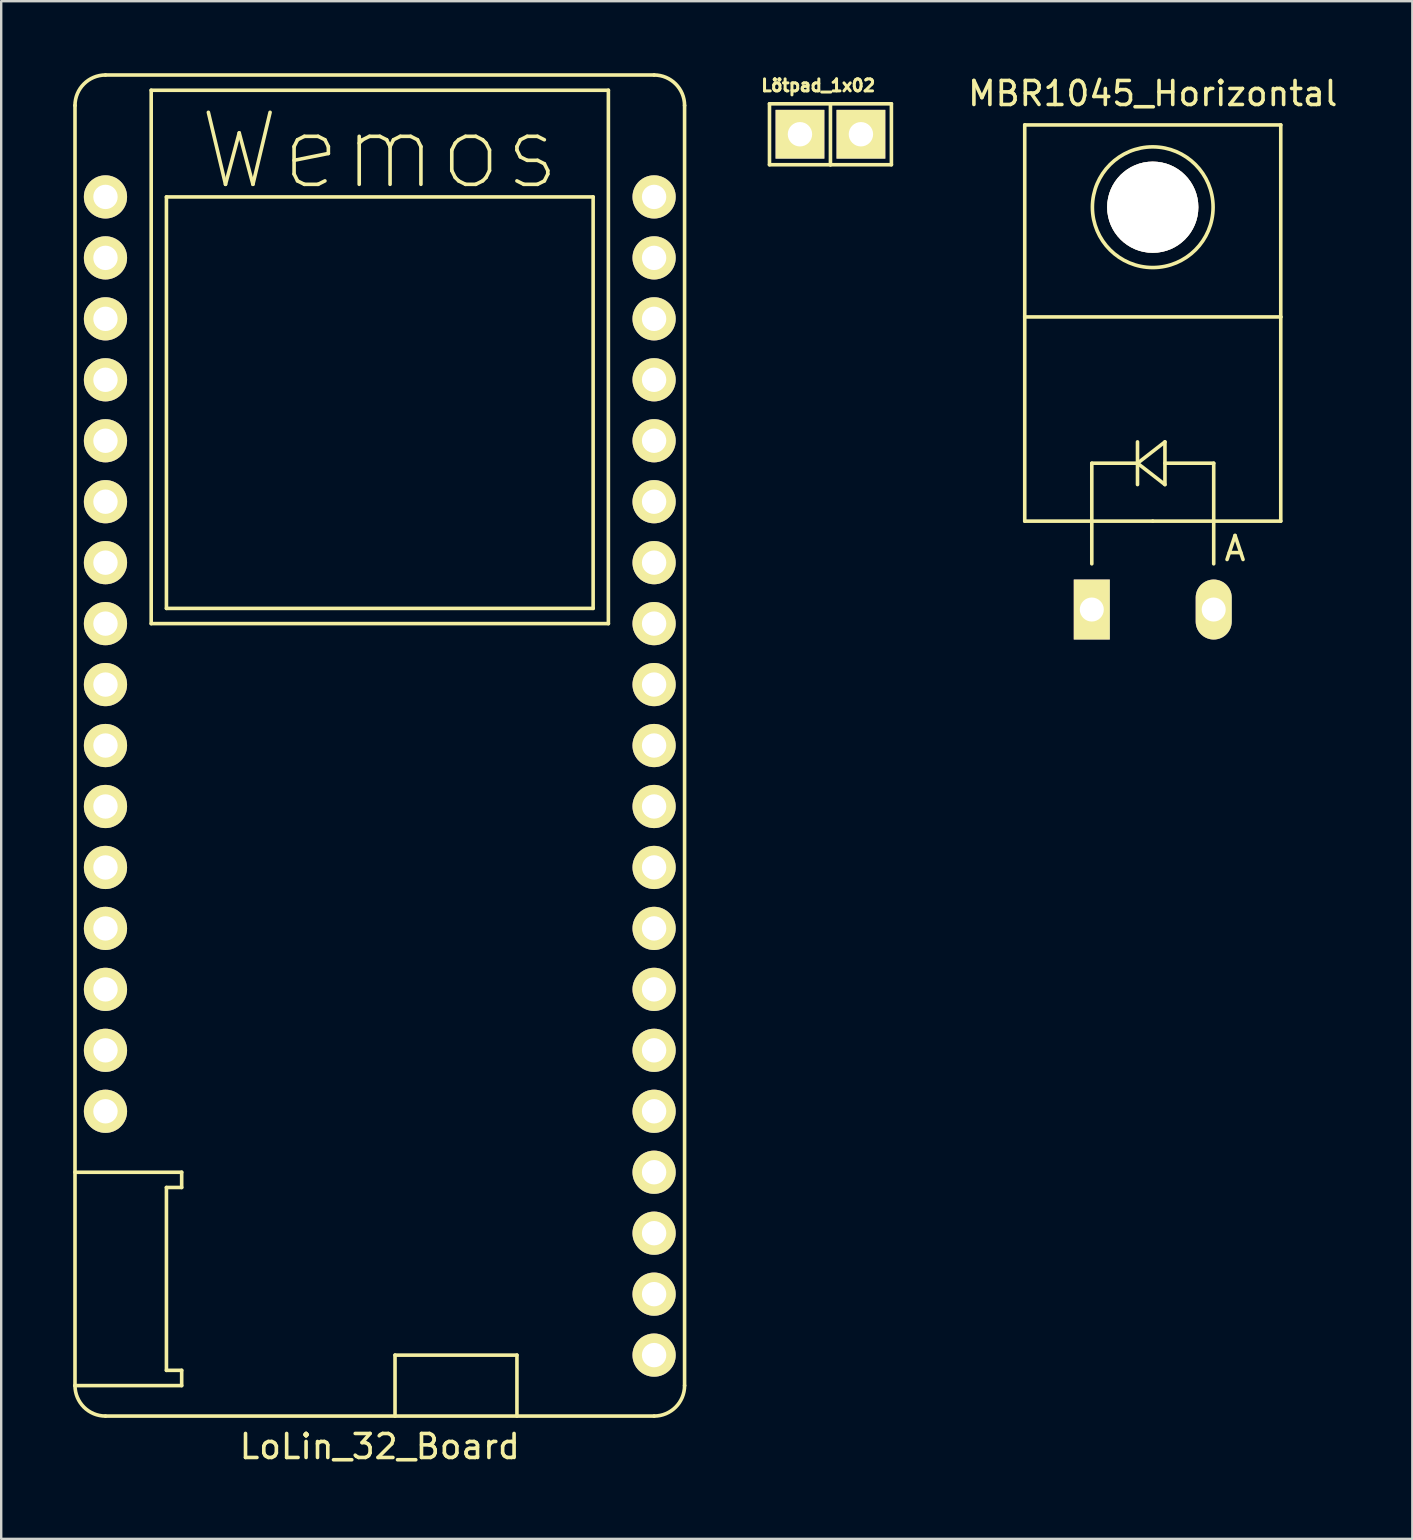
<source format=kicad_pcb>
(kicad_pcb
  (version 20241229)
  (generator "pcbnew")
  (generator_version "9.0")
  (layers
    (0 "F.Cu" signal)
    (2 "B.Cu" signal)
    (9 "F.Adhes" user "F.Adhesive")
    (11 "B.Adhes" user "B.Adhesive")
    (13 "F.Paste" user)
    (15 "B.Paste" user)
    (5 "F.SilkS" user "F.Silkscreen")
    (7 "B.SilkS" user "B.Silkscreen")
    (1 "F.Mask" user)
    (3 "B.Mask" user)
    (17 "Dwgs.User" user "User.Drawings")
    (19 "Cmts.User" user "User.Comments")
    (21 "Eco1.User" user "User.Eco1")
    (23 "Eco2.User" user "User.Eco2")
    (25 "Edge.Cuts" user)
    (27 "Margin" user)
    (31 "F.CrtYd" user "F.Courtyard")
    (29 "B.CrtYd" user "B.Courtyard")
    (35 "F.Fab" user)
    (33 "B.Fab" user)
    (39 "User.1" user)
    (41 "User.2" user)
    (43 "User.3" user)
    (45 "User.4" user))
  (footprint "Lötpad_1x02"
    (layer "F.Cu")
    (at 31.553 2.544)
    (property "Reference" "Lötpad_1x02" (at -0.508 -2.032 0) (layer "F.SilkS") (effects (font (size 0.5 0.5) (thickness 0.125))))
    (attr through_hole)
    (fp_line (start -2.54 -1.27) (end -2.54 1.27) (stroke (width 0.15) (type solid)) (layer "F.SilkS"))
    (fp_line (start -2.54 1.27) (end 0 1.27) (stroke (width 0.15) (type solid)) (layer "F.SilkS"))
    (fp_line (start 0 -1.27) (end 0 1.27) (stroke (width 0.15) (type solid)) (layer "F.SilkS"))
    (fp_line (start 0 1.27) (end 2.54 1.27) (stroke (width 0.15) (type solid)) (layer "F.SilkS"))
    (fp_line (start 2.54 -1.27) (end -2.54 -1.27) (stroke (width 0.15) (type solid)) (layer "F.SilkS"))
    (fp_line (start 2.54 1.27) (end 2.54 -1.27) (stroke (width 0.15) (type solid)) (layer "F.SilkS"))
    (pad "1" thru_hole rect (at -1.27 0) (size 2.032 2.032) (drill 1.016) (layers "*.Cu" "*.Mask" "F.SilkS"))
    (pad "2" thru_hole rect (at 1.27 0) (size 2.032 2.032) (drill 1.016) (layers "*.Cu" "*.Mask" "F.SilkS")))
  (footprint "MBR1045_Horizontal"
    (layer "F.Cu")
    (at 44.983 22.348)
    (property "Reference" "MBR1045_Horizontal" (at 0 -21.5 0) (layer "F.SilkS") (effects (font (size 1 1) (thickness 0.15))))
    (attr through_hole)
    (fp_line (start -5.334 -20.193) (end -5.334 -12.192) (stroke (width 0.15) (type solid)) (layer "F.SilkS"))
    (fp_line (start -5.334 -12.192) (end -5.334 -3.683) (stroke (width 0.15) (type solid)) (layer "F.SilkS"))
    (fp_line (start -2.54 -6.096) (end -2.54 -3.683) (stroke (width 0.15) (type solid)) (layer "F.SilkS"))
    (fp_line (start -2.54 -3.683) (end -2.54 -1.905) (stroke (width 0.15) (type solid)) (layer "F.SilkS"))
    (fp_line (start -0.635 -6.985) (end -0.635 -5.207) (stroke (width 0.15) (type solid)) (layer "F.SilkS"))
    (fp_line (start -0.635 -6.096) (end -2.54 -6.096) (stroke (width 0.15) (type solid)) (layer "F.SilkS"))
    (fp_line (start -0.635 -6.096) (end 0.508 -6.985) (stroke (width 0.15) (type solid)) (layer "F.SilkS"))
    (fp_line (start 0 -3.683) (end -5.334 -3.683) (stroke (width 0.15) (type solid)) (layer "F.SilkS"))
    (fp_line (start 0 -3.683) (end 5.334 -3.683) (stroke (width 0.15) (type solid)) (layer "F.SilkS"))
    (fp_line (start 0.508 -6.985) (end 0.508 -5.207) (stroke (width 0.15) (type solid)) (layer "F.SilkS"))
    (fp_line (start 0.508 -6.096) (end 2.54 -6.096) (stroke (width 0.15) (type solid)) (layer "F.SilkS"))
    (fp_line (start 0.508 -5.207) (end -0.635 -6.096) (stroke (width 0.15) (type solid)) (layer "F.SilkS"))
    (fp_line (start 2.54 -6.096) (end 2.54 -3.683) (stroke (width 0.15) (type solid)) (layer "F.SilkS"))
    (fp_line (start 2.54 -3.683) (end 2.54 -1.905) (stroke (width 0.15) (type solid)) (layer "F.SilkS"))
    (fp_line (start 5.334 -20.193) (end -5.334 -20.193) (stroke (width 0.15) (type solid)) (layer "F.SilkS"))
    (fp_line (start 5.334 -12.192) (end -5.334 -12.192) (stroke (width 0.15) (type solid)) (layer "F.SilkS"))
    (fp_line (start 5.334 -12.192) (end 5.334 -20.193) (stroke (width 0.15) (type solid)) (layer "F.SilkS"))
    (fp_line (start 5.334 -3.683) (end 5.334 -12.192) (stroke (width 0.15) (type solid)) (layer "F.SilkS"))
    (fp_circle (center 0 -16.764) (end 1.778 -14.986) (stroke (width 0.15) (type solid)) (fill no) (layer "F.SilkS"))
    (fp_text user "A" (at 3.429 -2.54 0) (layer "F.SilkS") (effects (font (size 1 1) (thickness 0.15))))
    (pad "1" thru_hole rect (at -2.54 0 90) (size 2.499 1.501) (drill 1.001) (layers "*.Cu" "*.Mask" "F.SilkS"))
    (pad "2" thru_hole oval (at 2.54 0 90) (size 2.499 1.501) (drill 1.001) (layers "*.Cu" "*.Mask" "F.SilkS"))
    (pad "3" thru_hole circle (at 0 -16.764 90) (size 3.8 3.8) (drill 3.8) (layers "*.Cu" "*.Mask" "F.SilkS")))
  (footprint "LoLin_32_Board"
    (layer "F.Cu")
    (at 12.775 29.285)
    (property "Reference" "LoLin_32_Board" (at 0 27.94 0) (layer "F.SilkS") (effects (font (size 1 1) (thickness 0.15))))
    (attr through_hole)
    (fp_line (start -12.7 -27.94) (end -12.7 25.4) (stroke (width 0.15) (type solid)) (layer "F.SilkS"))
    (fp_line (start -12.7 16.51) (end -8.255 16.51) (stroke (width 0.15) (type solid)) (layer "F.SilkS"))
    (fp_line (start -11.43 -29.21) (end 11.43 -29.21) (stroke (width 0.15) (type solid)) (layer "F.SilkS"))
    (fp_line (start -11.43 26.67) (end 11.43 26.67) (stroke (width 0.15) (type solid)) (layer "F.SilkS"))
    (fp_line (start -9.525 -28.575) (end -9.525 -6.35) (stroke (width 0.15) (type solid)) (layer "F.SilkS"))
    (fp_line (start -9.525 -6.35) (end 9.525 -6.35) (stroke (width 0.15) (type solid)) (layer "F.SilkS"))
    (fp_line (start -8.89 -24.13) (end -8.89 -6.985) (stroke (width 0.15) (type solid)) (layer "F.SilkS"))
    (fp_line (start -8.89 -6.985) (end 8.89 -6.985) (stroke (width 0.15) (type solid)) (layer "F.SilkS"))
    (fp_line (start -8.89 17.145) (end -8.89 24.765) (stroke (width 0.15) (type solid)) (layer "F.SilkS"))
    (fp_line (start -8.89 24.765) (end -8.255 24.765) (stroke (width 0.15) (type solid)) (layer "F.SilkS"))
    (fp_line (start -8.255 16.51) (end -8.255 17.145) (stroke (width 0.15) (type solid)) (layer "F.SilkS"))
    (fp_line (start -8.255 17.145) (end -8.89 17.145) (stroke (width 0.15) (type solid)) (layer "F.SilkS"))
    (fp_line (start -8.255 24.765) (end -8.255 25.4) (stroke (width 0.15) (type solid)) (layer "F.SilkS"))
    (fp_line (start -8.255 25.4) (end -12.7 25.4) (stroke (width 0.15) (type solid)) (layer "F.SilkS"))
    (fp_line (start 0.635 24.13) (end 5.715 24.13) (stroke (width 0.15) (type solid)) (layer "F.SilkS"))
    (fp_line (start 0.635 26.67) (end 0.635 24.13) (stroke (width 0.15) (type solid)) (layer "F.SilkS"))
    (fp_line (start 5.715 24.13) (end 5.715 26.67) (stroke (width 0.15) (type solid)) (layer "F.SilkS"))
    (fp_line (start 8.89 -24.13) (end -8.89 -24.13) (stroke (width 0.15) (type solid)) (layer "F.SilkS"))
    (fp_line (start 8.89 -6.985) (end 8.89 -24.13) (stroke (width 0.15) (type solid)) (layer "F.SilkS"))
    (fp_line (start 9.525 -28.575) (end -9.525 -28.575) (stroke (width 0.15) (type solid)) (layer "F.SilkS"))
    (fp_line (start 9.525 -6.35) (end 9.525 -28.575) (stroke (width 0.15) (type solid)) (layer "F.SilkS"))
    (fp_line (start 12.7 -27.94) (end 12.7 25.4) (stroke (width 0.15) (type solid)) (layer "F.SilkS"))
    (fp_arc (start -12.7 -27.94) (mid -12.328026 -28.838026) (end -11.43 -29.21) (stroke (width 0.15) (type solid)) (layer "F.SilkS"))
    (fp_arc (start -11.43 26.67) (mid -12.328026 26.298026) (end -12.7 25.4) (stroke (width 0.15) (type solid)) (layer "F.SilkS"))
    (fp_arc (start 11.43 -29.21) (mid 12.328026 -28.838026) (end 12.7 -27.94) (stroke (width 0.15) (type solid)) (layer "F.SilkS"))
    (fp_arc (start 12.7 25.4) (mid 12.328026 26.298026) (end 11.43 26.67) (stroke (width 0.15) (type solid)) (layer "F.SilkS"))
    (fp_text user "Wemos" (at 0 -26.035 0) (layer "F.SilkS") (effects (font (size 3 3) (thickness 0.15))))
    (pad "1" thru_hole circle (at -11.43 -24.13) (size 1.8 1.8) (drill 1.016) (layers "*.Cu" "*.Mask" "F.SilkS"))
    (pad "2" thru_hole circle (at -11.43 -21.59) (size 1.8 1.8) (drill 1.016) (layers "*.Cu" "*.Mask" "F.SilkS"))
    (pad "3" thru_hole circle (at -11.43 -19.05) (size 1.8 1.8) (drill 1.016) (layers "*.Cu" "*.Mask" "F.SilkS"))
    (pad "4" thru_hole circle (at -11.43 -16.51) (size 1.8 1.8) (drill 1.016) (layers "*.Cu" "*.Mask" "F.SilkS"))
    (pad "5" thru_hole circle (at -11.43 -13.97) (size 1.8 1.8) (drill 1.016) (layers "*.Cu" "*.Mask" "F.SilkS"))
    (pad "6" thru_hole circle (at -11.43 -11.43) (size 1.8 1.8) (drill 1.016) (layers "*.Cu" "*.Mask" "F.SilkS"))
    (pad "7" thru_hole circle (at -11.43 -8.89) (size 1.8 1.8) (drill 1.016) (layers "*.Cu" "*.Mask" "F.SilkS"))
    (pad "8" thru_hole circle (at -11.43 -6.35) (size 1.8 1.8) (drill 1.016) (layers "*.Cu" "*.Mask" "F.SilkS"))
    (pad "9" thru_hole circle (at -11.43 -3.81) (size 1.8 1.8) (drill 1.016) (layers "*.Cu" "*.Mask" "F.SilkS"))
    (pad "10" thru_hole circle (at -11.43 -1.27) (size 1.8 1.8) (drill 1.016) (layers "*.Cu" "*.Mask" "F.SilkS"))
    (pad "11" thru_hole circle (at -11.43 1.27) (size 1.8 1.8) (drill 1.016) (layers "*.Cu" "*.Mask" "F.SilkS"))
    (pad "12" thru_hole circle (at -11.43 3.81) (size 1.8 1.8) (drill 1.016) (layers "*.Cu" "*.Mask" "F.SilkS"))
    (pad "13" thru_hole circle (at -11.43 6.35) (size 1.8 1.8) (drill 1.016) (layers "*.Cu" "*.Mask" "F.SilkS"))
    (pad "14" thru_hole circle (at -11.43 8.89) (size 1.8 1.8) (drill 1.016) (layers "*.Cu" "*.Mask" "F.SilkS"))
    (pad "15" thru_hole circle (at -11.43 11.43) (size 1.8 1.8) (drill 1.016) (layers "*.Cu" "*.Mask" "F.SilkS"))
    (pad "16" thru_hole circle (at -11.43 13.97) (size 1.8 1.8) (drill 1.016) (layers "*.Cu" "*.Mask" "F.SilkS"))
    (pad "17" thru_hole circle (at 11.43 -24.13) (size 1.8 1.8) (drill 1.016) (layers "*.Cu" "*.Mask" "F.SilkS"))
    (pad "18" thru_hole circle (at 11.43 -21.59) (size 1.8 1.8) (drill 1.016) (layers "*.Cu" "*.Mask" "F.SilkS"))
    (pad "19" thru_hole circle (at 11.43 -19.05) (size 1.8 1.8) (drill 1.016) (layers "*.Cu" "*.Mask" "F.SilkS"))
    (pad "20" thru_hole circle (at 11.43 -16.51) (size 1.8 1.8) (drill 1.016) (layers "*.Cu" "*.Mask" "F.SilkS"))
    (pad "21" thru_hole circle (at 11.43 -13.97) (size 1.8 1.8) (drill 1.016) (layers "*.Cu" "*.Mask" "F.SilkS"))
    (pad "22" thru_hole circle (at 11.43 -11.43) (size 1.8 1.8) (drill 1.016) (layers "*.Cu" "*.Mask" "F.SilkS"))
    (pad "23" thru_hole circle (at 11.43 -8.89) (size 1.8 1.8) (drill 1.016) (layers "*.Cu" "*.Mask" "F.SilkS"))
    (pad "24" thru_hole circle (at 11.43 -6.35) (size 1.8 1.8) (drill 1.016) (layers "*.Cu" "*.Mask" "F.SilkS"))
    (pad "25" thru_hole circle (at 11.43 -3.81) (size 1.8 1.8) (drill 1.016) (layers "*.Cu" "*.Mask" "F.SilkS"))
    (pad "26" thru_hole circle (at 11.43 -1.27) (size 1.8 1.8) (drill 1.016) (layers "*.Cu" "*.Mask" "F.SilkS"))
    (pad "27" thru_hole circle (at 11.43 1.27) (size 1.8 1.8) (drill 1.016) (layers "*.Cu" "*.Mask" "F.SilkS"))
    (pad "28" thru_hole circle (at 11.43 3.81) (size 1.8 1.8) (drill 1.016) (layers "*.Cu" "*.Mask" "F.SilkS"))
    (pad "29" thru_hole circle (at 11.43 6.35) (size 1.8 1.8) (drill 1.016) (layers "*.Cu" "*.Mask" "F.SilkS"))
    (pad "30" thru_hole circle (at 11.43 8.89) (size 1.8 1.8) (drill 1.016) (layers "*.Cu" "*.Mask" "F.SilkS"))
    (pad "31" thru_hole circle (at 11.43 11.43) (size 1.8 1.8) (drill 1.016) (layers "*.Cu" "*.Mask" "F.SilkS"))
    (pad "32" thru_hole circle (at 11.43 13.97) (size 1.8 1.8) (drill 1.016) (layers "*.Cu" "*.Mask" "F.SilkS"))
    (pad "33" thru_hole circle (at 11.43 16.51) (size 1.8 1.8) (drill 1.016) (layers "*.Cu" "*.Mask" "F.SilkS"))
    (pad "34" thru_hole circle (at 11.43 19.05) (size 1.8 1.8) (drill 1.016) (layers "*.Cu" "*.Mask" "F.SilkS"))
    (pad "35" thru_hole circle (at 11.43 21.59) (size 1.8 1.8) (drill 1.016) (layers "*.Cu" "*.Mask" "F.SilkS"))
    (pad "36" thru_hole circle (at 11.43 24.13) (size 1.8 1.8) (drill 1.016) (layers "*.Cu" "*.Mask" "F.SilkS")))
  (gr_rect
    (start -3 -3)
    (end 55.799 61.073)
    (stroke (width 0.1) (type default))
    (fill no)
    (layer "Edge.Cuts")))
</source>
